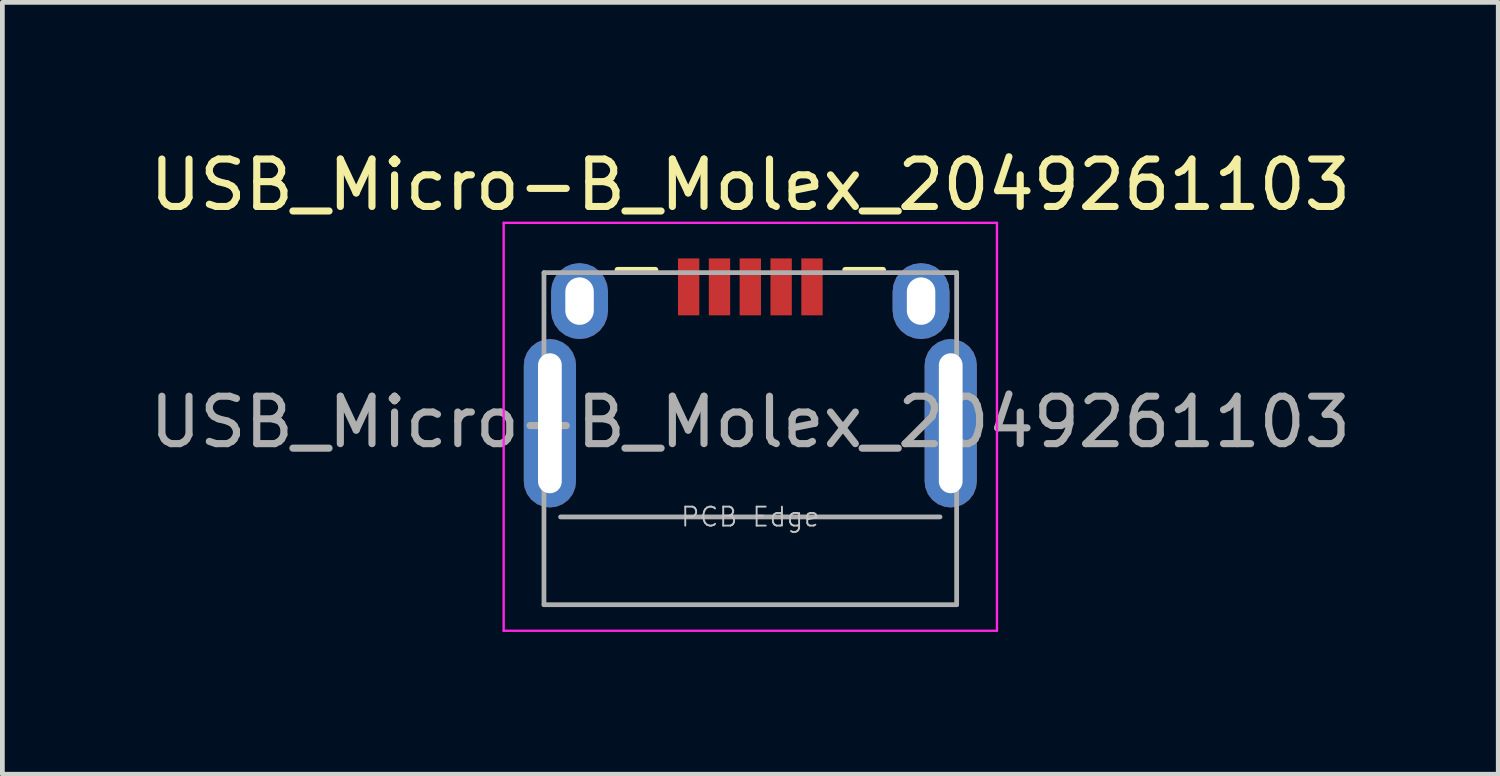
<source format=kicad_pcb>
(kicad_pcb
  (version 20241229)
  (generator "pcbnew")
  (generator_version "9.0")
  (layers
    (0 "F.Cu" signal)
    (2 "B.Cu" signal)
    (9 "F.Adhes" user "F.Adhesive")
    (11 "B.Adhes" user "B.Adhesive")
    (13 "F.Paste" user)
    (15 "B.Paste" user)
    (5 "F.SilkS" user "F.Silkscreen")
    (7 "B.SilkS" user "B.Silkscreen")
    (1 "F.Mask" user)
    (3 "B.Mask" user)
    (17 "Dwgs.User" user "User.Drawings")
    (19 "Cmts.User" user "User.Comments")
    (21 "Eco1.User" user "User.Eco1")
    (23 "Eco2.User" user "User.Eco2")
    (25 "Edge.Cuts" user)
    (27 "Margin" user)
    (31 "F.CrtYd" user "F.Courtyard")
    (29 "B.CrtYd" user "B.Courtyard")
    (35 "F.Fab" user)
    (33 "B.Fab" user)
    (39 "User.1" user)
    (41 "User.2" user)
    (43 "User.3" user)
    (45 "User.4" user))
  (footprint "USB_Micro-B_Molex_2049261103"
    (layer "F.Cu")
    (at 12.768 7.848)
    (property "Reference" "USB_Micro-B_Molex_2049261103" (at 0 -7 0) (layer "F.SilkS") (effects (font (size 1 1) (thickness 0.15))))
    (attr through_hole)
    (fp_line (start -2.8 -5.21) (end -2 -5.21) (stroke (width 0.12) (type solid)) (layer "F.SilkS"))
    (fp_line (start 2 -5.21) (end 2.8 -5.21) (stroke (width 0.12) (type solid)) (layer "F.SilkS"))
    (fp_line (start -5.2 -6.2) (end 5.2 -6.2) (stroke (width 0.05) (type solid)) (layer "F.CrtYd"))
    (fp_line (start -5.2 2.4) (end -5.2 -6.2) (stroke (width 0.05) (type solid)) (layer "F.CrtYd"))
    (fp_line (start 5.2 -6.2) (end 5.2 2.4) (stroke (width 0.05) (type solid)) (layer "F.CrtYd"))
    (fp_line (start 5.2 2.4) (end -5.2 2.4) (stroke (width 0.05) (type solid)) (layer "F.CrtYd"))
    (fp_line (start -4.35 -5.15) (end -4.35 1.85) (stroke (width 0.1) (type solid)) (layer "F.Fab"))
    (fp_line (start -4.35 -5.15) (end 4.35 -5.15) (stroke (width 0.1) (type solid)) (layer "F.Fab"))
    (fp_line (start -4.35 1.85) (end 4.35 1.85) (stroke (width 0.1) (type solid)) (layer "F.Fab"))
    (fp_line (start -4 0) (end 4 0) (stroke (width 0.1) (type solid)) (layer "F.Fab"))
    (fp_line (start 4.35 -5.15) (end 4.35 1.85) (stroke (width 0.1) (type solid)) (layer "F.Fab"))
    (fp_text user "PCB Edge" (at 0 0 0) (layer "Dwgs.User") (effects (font (size 0.4 0.4) (thickness 0.04))))
    (fp_text user "${REFERENCE}" (at 0 -2 0) (layer "F.Fab") (effects (font (size 1 1) (thickness 0.15))))
    (pad "1" smd rect (at -1.3 -4.85 270) (size 1.2 0.45) (layers "F.Cu" "F.Mask" "F.Paste"))
    (pad "2" smd rect (at -0.65 -4.85 270) (size 1.2 0.45) (layers "F.Cu" "F.Mask" "F.Paste"))
    (pad "3" smd rect (at 0 -4.85 270) (size 1.2 0.45) (layers "F.Cu" "F.Mask" "F.Paste"))
    (pad "4" smd rect (at 0.65 -4.85 270) (size 1.2 0.45) (layers "F.Cu" "F.Mask" "F.Paste"))
    (pad "5" smd rect (at 1.3 -4.85 270) (size 1.2 0.45) (layers "F.Cu" "F.Mask" "F.Paste"))
    (pad "6" thru_hole roundrect (at -4.225 -1.975) (size 1.1 3.55) (drill oval 0.5 2.95) (layers "*.Cu" "*.Mask") (roundrect_rratio 0.5))
    (pad "6" thru_hole roundrect (at -3.6 -4.55) (size 1.2 1.6) (drill oval 0.6 1) (layers "*.Cu" "*.Mask") (roundrect_rratio 0.5))
    (pad "6" thru_hole roundrect (at 3.6 -4.55) (size 1.2 1.6) (drill oval 0.6 1) (layers "*.Cu" "*.Mask") (roundrect_rratio 0.5))
    (pad "6" thru_hole roundrect (at 4.225 -1.975) (size 1.1 3.55) (drill oval 0.5 2.95) (layers "*.Cu" "*.Mask") (roundrect_rratio 0.5)))
  (gr_rect
    (start -3 -3)
    (end 28.536 13.273)
    (stroke (width 0.1) (type default))
    (fill no)
    (layer "Edge.Cuts")))
</source>
